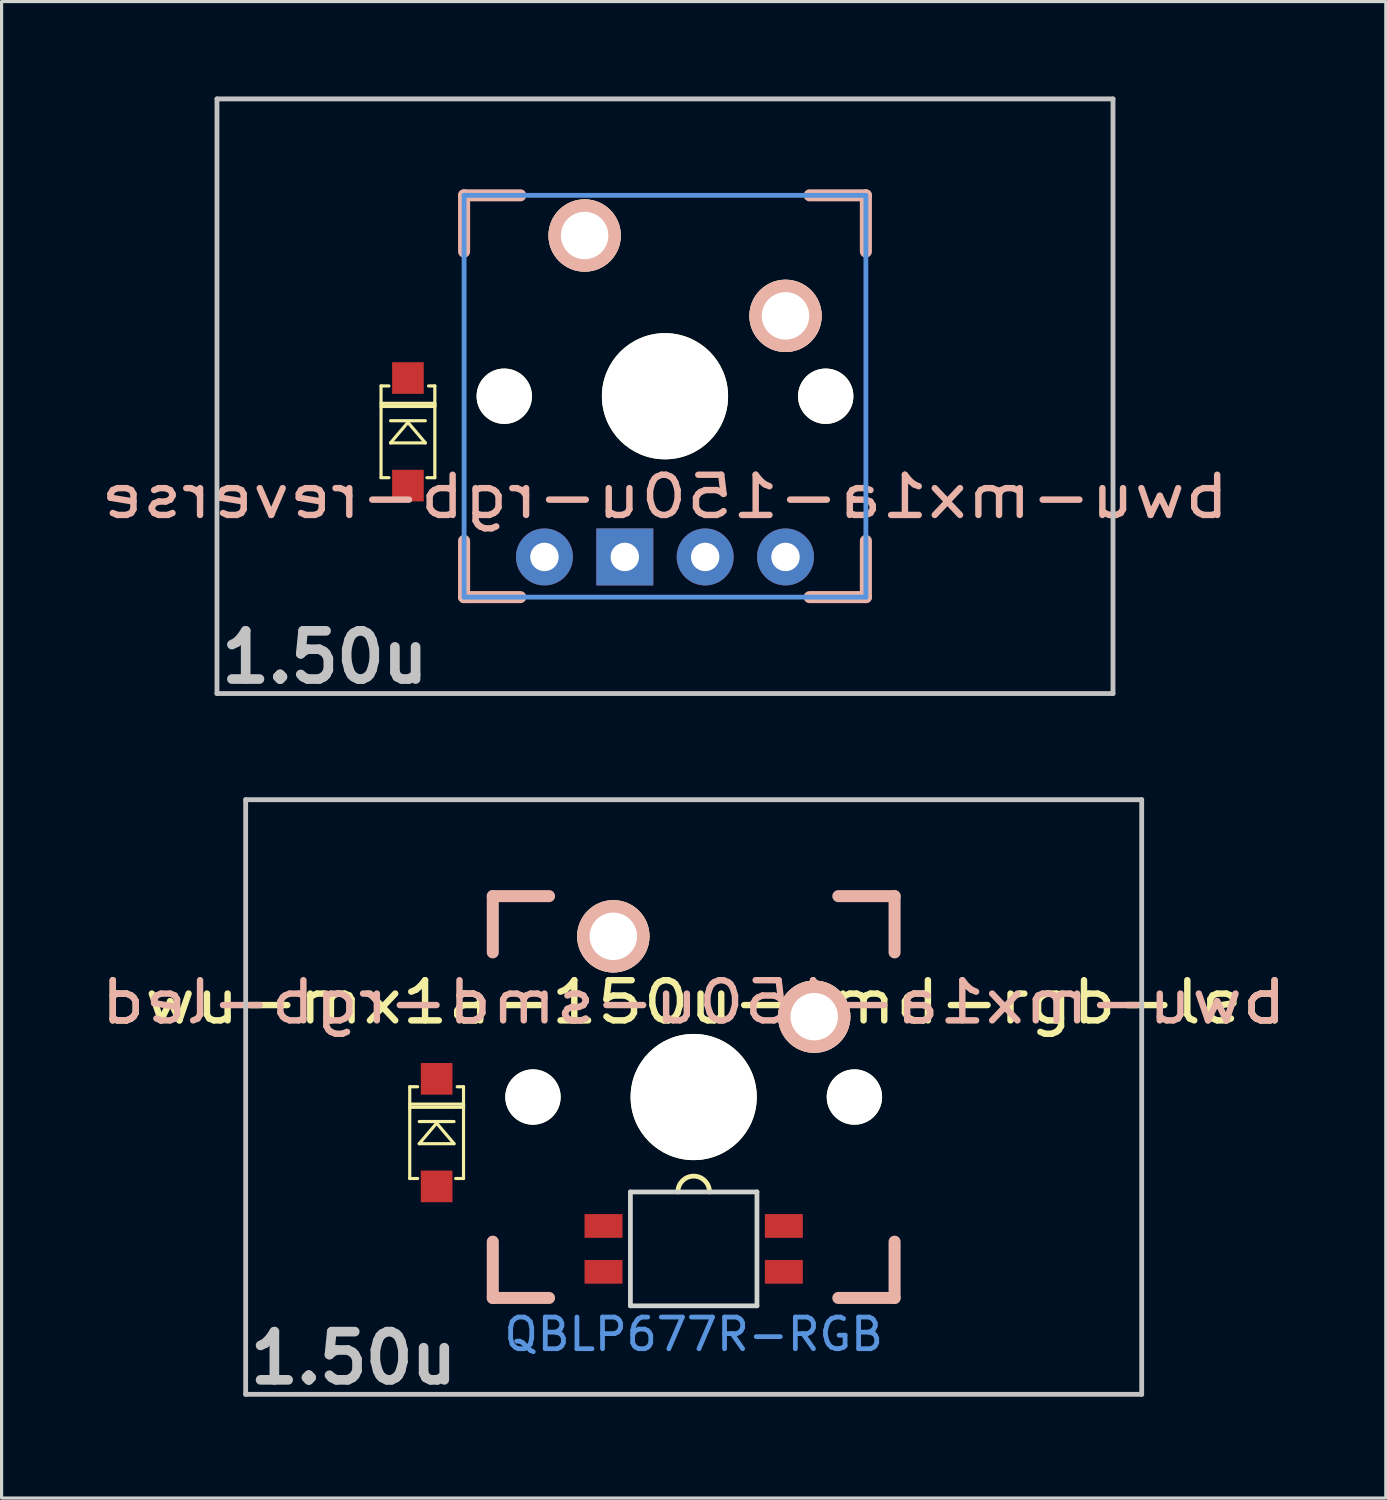
<source format=kicad_pcb>
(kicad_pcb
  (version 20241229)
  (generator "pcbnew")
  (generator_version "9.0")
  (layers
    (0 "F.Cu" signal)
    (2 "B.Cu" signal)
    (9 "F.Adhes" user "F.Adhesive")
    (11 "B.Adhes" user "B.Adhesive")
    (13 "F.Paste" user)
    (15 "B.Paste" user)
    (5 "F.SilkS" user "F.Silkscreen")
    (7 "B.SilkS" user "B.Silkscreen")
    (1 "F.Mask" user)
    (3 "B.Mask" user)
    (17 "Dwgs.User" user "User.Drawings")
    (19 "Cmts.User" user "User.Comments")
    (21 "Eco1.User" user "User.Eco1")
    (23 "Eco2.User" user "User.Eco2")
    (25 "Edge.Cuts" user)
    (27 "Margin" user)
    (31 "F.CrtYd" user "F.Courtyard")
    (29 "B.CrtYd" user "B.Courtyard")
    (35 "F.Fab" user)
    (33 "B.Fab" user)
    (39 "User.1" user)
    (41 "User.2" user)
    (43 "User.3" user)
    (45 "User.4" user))
  (footprint "bwu-mx1a-150u-rgb-reverse"
    (layer "F.Cu")
    (at 17.969 9.474)
    (property "Reference" "bwu-mx1a-150u-rgb-reverse" (at 0 3.175 0) (layer "B.SilkS") (effects (font (size 1.27 1.524) (thickness 0.203)) (justify mirror)))
    (attr smd)
    (fp_line (start -8.975 -0.325) (end -8.975 2.575) (stroke (width 0.1) (type solid)) (layer "F.SilkS"))
    (fp_line (start -8.975 0.225) (end -7.275 0.225) (stroke (width 0.1) (type solid)) (layer "F.SilkS"))
    (fp_line (start -8.975 2.575) (end -8.725 2.575) (stroke (width 0.1) (type solid)) (layer "F.SilkS"))
    (fp_line (start -8.725 -0.325) (end -8.975 -0.325) (stroke (width 0.1) (type solid)) (layer "F.SilkS"))
    (fp_line (start -8.675 0.775) (end -7.575 0.775) (stroke (width 0.1) (type solid)) (layer "F.SilkS"))
    (fp_line (start -8.675 1.475) (end -7.575 1.475) (stroke (width 0.1) (type solid)) (layer "F.SilkS"))
    (fp_line (start -8.125 0.825) (end -8.675 1.475) (stroke (width 0.1) (type solid)) (layer "F.SilkS"))
    (fp_line (start -7.575 1.475) (end -8.125 0.825) (stroke (width 0.1) (type solid)) (layer "F.SilkS"))
    (fp_line (start -7.525 2.575) (end -7.275 2.575) (stroke (width 0.1) (type solid)) (layer "F.SilkS"))
    (fp_line (start -7.275 -0.325) (end -7.475 -0.325) (stroke (width 0.1) (type solid)) (layer "F.SilkS"))
    (fp_line (start -7.275 0.225) (end -7.275 0.325) (stroke (width 0.1) (type solid)) (layer "F.SilkS"))
    (fp_line (start -7.275 0.325) (end -8.975 0.325) (stroke (width 0.1) (type solid)) (layer "F.SilkS"))
    (fp_line (start -7.275 2.575) (end -7.275 -0.325) (stroke (width 0.1) (type solid)) (layer "F.SilkS"))
    (fp_line (start -6.35 -6.35) (end -4.572 -6.35) (stroke (width 0.381) (type solid)) (layer "B.SilkS"))
    (fp_line (start -6.35 -4.572) (end -6.35 -6.35) (stroke (width 0.381) (type solid)) (layer "B.SilkS"))
    (fp_line (start -6.35 6.35) (end -6.35 4.572) (stroke (width 0.381) (type solid)) (layer "B.SilkS"))
    (fp_line (start -4.572 6.35) (end -6.35 6.35) (stroke (width 0.381) (type solid)) (layer "B.SilkS"))
    (fp_line (start 4.572 -6.35) (end 6.35 -6.35) (stroke (width 0.381) (type solid)) (layer "B.SilkS"))
    (fp_line (start 6.35 -6.35) (end 6.35 -4.572) (stroke (width 0.381) (type solid)) (layer "B.SilkS"))
    (fp_line (start 6.35 4.572) (end 6.35 6.35) (stroke (width 0.381) (type solid)) (layer "B.SilkS"))
    (fp_line (start 6.35 6.35) (end 4.572 6.35) (stroke (width 0.381) (type solid)) (layer "B.SilkS"))
    (fp_line (start -14.161 -9.398) (end 14.161 -9.398) (stroke (width 0.152) (type solid)) (layer "Dwgs.User"))
    (fp_line (start -14.161 9.398) (end -14.161 -9.398) (stroke (width 0.152) (type solid)) (layer "Dwgs.User"))
    (fp_line (start 14.161 -9.398) (end 14.161 9.398) (stroke (width 0.152) (type solid)) (layer "Dwgs.User"))
    (fp_line (start 14.161 9.398) (end -14.161 9.398) (stroke (width 0.152) (type solid)) (layer "Dwgs.User"))
    (fp_line (start -6.35 -6.35) (end 6.35 -6.35) (stroke (width 0.152) (type solid)) (layer "Cmts.User"))
    (fp_line (start -6.35 6.35) (end -6.35 -6.35) (stroke (width 0.152) (type solid)) (layer "Cmts.User"))
    (fp_line (start 6.35 -6.35) (end 6.35 6.35) (stroke (width 0.152) (type solid)) (layer "Cmts.User"))
    (fp_line (start 6.35 6.35) (end -6.35 6.35) (stroke (width 0.152) (type solid)) (layer "Cmts.User"))
    (fp_line (start -6.985 -6.985) (end 6.985 -6.985) (stroke (width 0.152) (type solid)) (layer "Eco2.User"))
    (fp_line (start -6.985 6.985) (end -6.985 -6.985) (stroke (width 0.152) (type solid)) (layer "Eco2.User"))
    (fp_line (start 6.985 -6.985) (end 6.985 6.985) (stroke (width 0.152) (type solid)) (layer "Eco2.User"))
    (fp_line (start 6.985 6.985) (end -6.985 6.985) (stroke (width 0.152) (type solid)) (layer "Eco2.User"))
    (fp_text user "1.50u" (at -10.75 8.25 0) (layer "Dwgs.User") (effects (font (size 1.524 1.524) (thickness 0.305))))
    (pad "" np_thru_hole circle (at -5.08 0) (size 1.75 1.75) (drill 1.75) (layers "*.Cu" "*.Mask" "F.SilkS"))
    (pad "" np_thru_hole circle (at 0 0) (size 3.988 3.988) (drill 3.988) (layers "*.Cu" "*.Mask" "F.SilkS"))
    (pad "" np_thru_hole circle (at 5.08 0) (size 1.75 1.75) (drill 1.75) (layers "*.Cu" "*.Mask" "F.SilkS"))
    (pad "1" thru_hole circle (at -2.54 -5.08) (size 2.286 2.286) (drill 1.499) (layers "*.Cu" "*.SilkS" "*.Mask"))
    (pad "2" smd rect (at -8.125 -0.575 90) (size 1 1) (layers "F.Cu" "F.Mask" "F.Paste"))
    (pad "2" thru_hole circle (at 3.81 -2.54) (size 2.286 2.286) (drill 1.499) (layers "*.Cu" "*.SilkS" "*.Mask"))
    (pad "3" smd rect (at -8.125 2.825 90) (size 1 1) (layers "F.Cu" "F.Mask" "F.Paste"))
    (pad "4" thru_hole oval (at -3.81 5.08) (size 1.8 1.8) (drill 0.9) (layers "*.Cu" "*.Mask"))
    (pad "5" thru_hole rect (at -1.27 5.08) (size 1.8 1.8) (drill 0.9) (layers "*.Cu" "*.Mask"))
    (pad "6" thru_hole oval (at 1.27 5.08) (size 1.8 1.8) (drill 0.9) (layers "*.Cu" "*.Mask"))
    (pad "7" thru_hole oval (at 3.81 5.08) (size 1.8 1.8) (drill 0.9) (layers "*.Cu" "*.Mask")))
  (footprint "bwu-mx1a-150u-smd-rgb-led"
    (layer "F.Cu")
    (at 18.876 31.625)
    (property "Reference" "bwu-mx1a-150u-smd-rgb-led" (at 0 -3 0) (layer "B.SilkS") (effects (font (size 1.27 1.524) (thickness 0.203)) (justify mirror)))
    (attr smd)
    (fp_line (start -8.975 -0.325) (end -8.975 2.575) (stroke (width 0.1) (type solid)) (layer "F.SilkS"))
    (fp_line (start -8.975 0.225) (end -7.275 0.225) (stroke (width 0.1) (type solid)) (layer "F.SilkS"))
    (fp_line (start -8.975 2.575) (end -8.725 2.575) (stroke (width 0.1) (type solid)) (layer "F.SilkS"))
    (fp_line (start -8.725 -0.325) (end -8.975 -0.325) (stroke (width 0.1) (type solid)) (layer "F.SilkS"))
    (fp_line (start -8.675 0.775) (end -7.575 0.775) (stroke (width 0.1) (type solid)) (layer "F.SilkS"))
    (fp_line (start -8.675 1.475) (end -7.575 1.475) (stroke (width 0.1) (type solid)) (layer "F.SilkS"))
    (fp_line (start -8.125 0.825) (end -8.675 1.475) (stroke (width 0.1) (type solid)) (layer "F.SilkS"))
    (fp_line (start -7.575 1.475) (end -8.125 0.825) (stroke (width 0.1) (type solid)) (layer "F.SilkS"))
    (fp_line (start -7.525 2.575) (end -7.275 2.575) (stroke (width 0.1) (type solid)) (layer "F.SilkS"))
    (fp_line (start -7.275 -0.325) (end -7.475 -0.325) (stroke (width 0.1) (type solid)) (layer "F.SilkS"))
    (fp_line (start -7.275 0.225) (end -7.275 0.325) (stroke (width 0.1) (type solid)) (layer "F.SilkS"))
    (fp_line (start -7.275 0.325) (end -8.975 0.325) (stroke (width 0.1) (type solid)) (layer "F.SilkS"))
    (fp_line (start -7.275 2.575) (end -7.275 -0.325) (stroke (width 0.1) (type solid)) (layer "F.SilkS"))
    (fp_arc (start -0.5 3) (mid 0 2.5) (end 0.5 3) (stroke (width 0.15) (type solid)) (layer "F.SilkS"))
    (fp_line (start -6.35 -6.35) (end -4.572 -6.35) (stroke (width 0.381) (type solid)) (layer "B.SilkS"))
    (fp_line (start -6.35 -4.572) (end -6.35 -6.35) (stroke (width 0.381) (type solid)) (layer "B.SilkS"))
    (fp_line (start -6.35 6.35) (end -6.35 4.572) (stroke (width 0.381) (type solid)) (layer "B.SilkS"))
    (fp_line (start -4.572 6.35) (end -6.35 6.35) (stroke (width 0.381) (type solid)) (layer "B.SilkS"))
    (fp_line (start 4.572 -6.35) (end 6.35 -6.35) (stroke (width 0.381) (type solid)) (layer "B.SilkS"))
    (fp_line (start 6.35 -6.35) (end 6.35 -4.572) (stroke (width 0.381) (type solid)) (layer "B.SilkS"))
    (fp_line (start 6.35 4.572) (end 6.35 6.35) (stroke (width 0.381) (type solid)) (layer "B.SilkS"))
    (fp_line (start 6.35 6.35) (end 4.572 6.35) (stroke (width 0.381) (type solid)) (layer "B.SilkS"))
    (fp_line (start -14.161 -9.398) (end 14.161 -9.398) (stroke (width 0.152) (type solid)) (layer "Dwgs.User"))
    (fp_line (start -14.161 9.398) (end -14.161 -9.398) (stroke (width 0.152) (type solid)) (layer "Dwgs.User"))
    (fp_line (start 14.161 -9.398) (end 14.161 9.398) (stroke (width 0.152) (type solid)) (layer "Dwgs.User"))
    (fp_line (start 14.161 9.398) (end -14.161 9.398) (stroke (width 0.152) (type solid)) (layer "Dwgs.User"))
    (fp_line (start -2 3) (end 2 3) (stroke (width 0.15) (type solid)) (layer "Edge.Cuts"))
    (fp_line (start -2 6.6) (end -2 3) (stroke (width 0.15) (type solid)) (layer "Edge.Cuts"))
    (fp_line (start 2 3) (end 2 6.6) (stroke (width 0.15) (type solid)) (layer "Edge.Cuts"))
    (fp_line (start 2 6.6) (end -2 6.6) (stroke (width 0.15) (type solid)) (layer "Edge.Cuts"))
    (fp_text user "${REFERENCE}" (at 0 -3 0) (layer "F.SilkS") (effects (font (size 1.27 1.524) (thickness 0.203))))
    (fp_text user "1.50u" (at -10.75 8.25 0) (layer "Dwgs.User") (effects (font (size 1.524 1.524) (thickness 0.305))))
    (fp_text user "QBLP677R-RGB" (at 0 7.5 0) (layer "Cmts.User") (effects (font (size 1 1) (thickness 0.15))))
    (pad "" np_thru_hole circle (at -5.08 0) (size 1.75 1.75) (drill 1.75) (layers "*.Cu" "*.Mask" "F.SilkS"))
    (pad "" np_thru_hole circle (at 0 0) (size 3.988 3.988) (drill 3.988) (layers "*.Cu" "*.Mask" "F.SilkS"))
    (pad "" np_thru_hole circle (at 5.08 0) (size 1.75 1.75) (drill 1.75) (layers "*.Cu" "*.Mask" "F.SilkS"))
    (pad "1" thru_hole circle (at -2.54 -5.08) (size 2.286 2.286) (drill 1.499) (layers "*.Cu" "*.SilkS" "*.Mask"))
    (pad "2" smd rect (at -8.125 -0.575 90) (size 1 1) (layers "F.Cu" "F.Mask" "F.Paste"))
    (pad "2" thru_hole circle (at 3.81 -2.54) (size 2.286 2.286) (drill 1.499) (layers "*.Cu" "*.SilkS" "*.Mask"))
    (pad "3" smd rect (at -8.125 2.825 90) (size 1 1) (layers "F.Cu" "F.Mask" "F.Paste"))
    (pad "4" smd rect (at 2.85 4.075) (size 1.2 0.75) (layers "F.Cu" "F.Mask" "F.Paste"))
    (pad "5" smd rect (at -2.85 4.075) (size 1.2 0.75) (layers "F.Cu" "F.Mask" "F.Paste"))
    (pad "6" smd rect (at 2.85 5.525) (size 1.2 0.75) (layers "F.Cu" "F.Mask" "F.Paste"))
    (pad "7" smd rect (at -2.85 5.525) (size 1.2 0.75) (layers "F.Cu" "F.Mask" "F.Paste")))
  (gr_rect
    (start -3 -3)
    (end 40.752 44.301)
    (stroke (width 0.1) (type default))
    (fill no)
    (layer "Edge.Cuts")))
</source>
